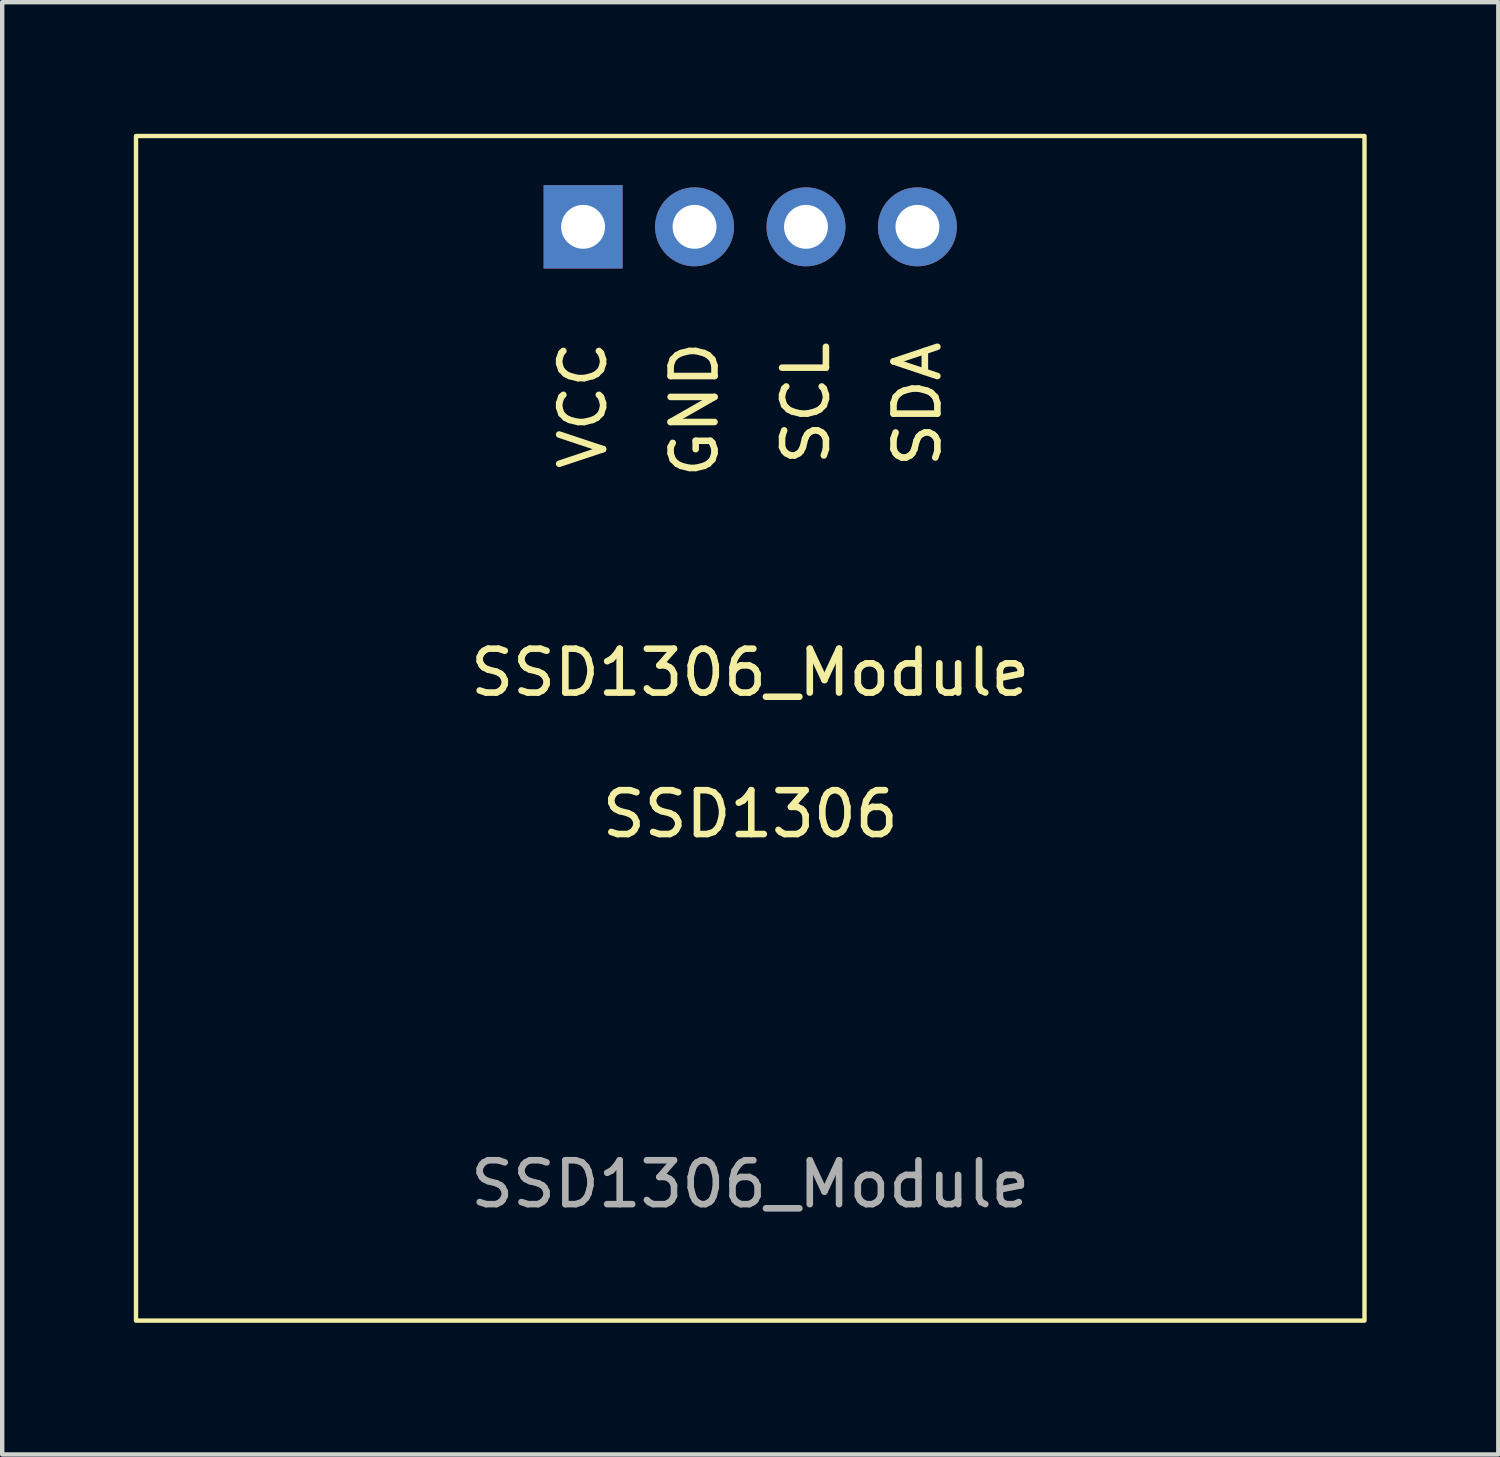
<source format=kicad_pcb>
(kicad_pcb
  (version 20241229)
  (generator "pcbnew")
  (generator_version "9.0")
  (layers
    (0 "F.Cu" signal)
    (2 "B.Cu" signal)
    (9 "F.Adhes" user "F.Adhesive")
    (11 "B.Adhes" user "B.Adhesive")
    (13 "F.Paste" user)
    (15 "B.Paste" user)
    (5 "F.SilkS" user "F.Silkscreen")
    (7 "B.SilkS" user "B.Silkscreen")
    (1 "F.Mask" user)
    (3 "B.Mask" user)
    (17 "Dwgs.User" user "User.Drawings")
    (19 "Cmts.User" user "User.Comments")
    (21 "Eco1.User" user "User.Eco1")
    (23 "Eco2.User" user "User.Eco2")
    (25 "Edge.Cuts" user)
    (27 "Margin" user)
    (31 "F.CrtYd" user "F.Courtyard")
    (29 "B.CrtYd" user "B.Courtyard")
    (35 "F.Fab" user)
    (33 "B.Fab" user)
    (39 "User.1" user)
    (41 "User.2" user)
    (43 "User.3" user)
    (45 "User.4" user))
  (footprint "SSD1306_Module"
    (layer "F.Cu")
    (at 14.05 13.55)
    (property "Reference" "SSD1306_Module" (at 0 -1.27 0) (unlocked yes) (layer "F.SilkS") (effects (font (size 1 1) (thickness 0.15))))
    (attr smd)
    (fp_rect (start -14 -13.5) (end 14 13.5) (stroke (width 0.1) (type default)) (fill no) (layer "F.SilkS"))
    (fp_text user "GND" (at -1.27 -8.89 90) (unlocked yes) (layer "F.SilkS") (effects (font (size 1 1) (thickness 0.15)) (justify right)))
    (fp_text user "VCC" (at -3.81 -8.89 90) (unlocked yes) (layer "F.SilkS") (effects (font (size 1 1) (thickness 0.15)) (justify right)))
    (fp_text user "SSD1306" (at 0 2.54 0) (unlocked yes) (layer "F.SilkS") (effects (font (size 1 1) (thickness 0.15)) (justify bottom)))
    (fp_text user "SCL" (at 1.27 -8.89 90) (unlocked yes) (layer "F.SilkS") (effects (font (size 1 1) (thickness 0.15)) (justify right)))
    (fp_text user "SDA" (at 3.81 -8.89 90) (unlocked yes) (layer "F.SilkS") (effects (font (size 1 1) (thickness 0.15)) (justify right)))
    (fp_text user "${REFERENCE}" (at 0 10.39 0) (unlocked yes) (layer "F.Fab") (effects (font (size 1 1) (thickness 0.15))))
    (pad "1" thru_hole rect (at -3.81 -11.43) (size 1.8 1.9) (drill 1) (layers "*.Cu" "*.Mask"))
    (pad "2" thru_hole circle (at -1.27 -11.43) (size 1.8 1.8) (drill 1) (layers "*.Cu" "*.Mask"))
    (pad "3" thru_hole circle (at 1.27 -11.43) (size 1.8 1.8) (drill 1) (layers "*.Cu" "*.Mask"))
    (pad "4" thru_hole circle (at 3.81 -11.43) (size 1.8 1.8) (drill 1) (layers "*.Cu" "*.Mask")))
  (gr_rect
    (start -3 -3)
    (end 31.1 30.1)
    (stroke (width 0.1) (type default))
    (fill no)
    (layer "Edge.Cuts")))
</source>
